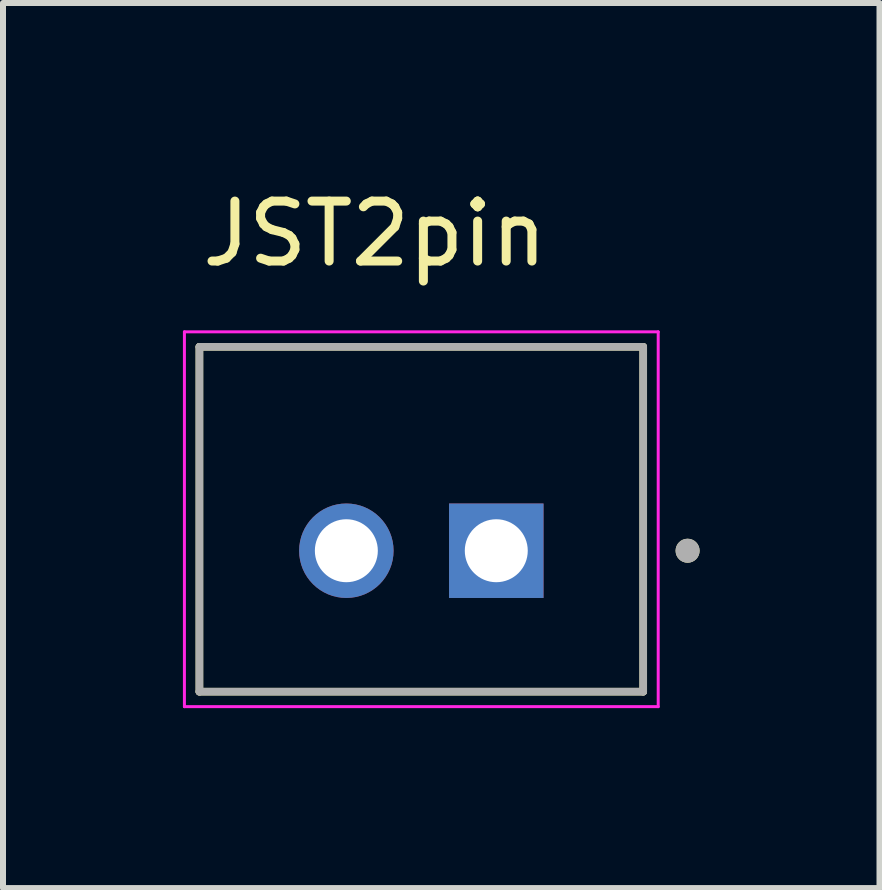
<source format=kicad_pcb>
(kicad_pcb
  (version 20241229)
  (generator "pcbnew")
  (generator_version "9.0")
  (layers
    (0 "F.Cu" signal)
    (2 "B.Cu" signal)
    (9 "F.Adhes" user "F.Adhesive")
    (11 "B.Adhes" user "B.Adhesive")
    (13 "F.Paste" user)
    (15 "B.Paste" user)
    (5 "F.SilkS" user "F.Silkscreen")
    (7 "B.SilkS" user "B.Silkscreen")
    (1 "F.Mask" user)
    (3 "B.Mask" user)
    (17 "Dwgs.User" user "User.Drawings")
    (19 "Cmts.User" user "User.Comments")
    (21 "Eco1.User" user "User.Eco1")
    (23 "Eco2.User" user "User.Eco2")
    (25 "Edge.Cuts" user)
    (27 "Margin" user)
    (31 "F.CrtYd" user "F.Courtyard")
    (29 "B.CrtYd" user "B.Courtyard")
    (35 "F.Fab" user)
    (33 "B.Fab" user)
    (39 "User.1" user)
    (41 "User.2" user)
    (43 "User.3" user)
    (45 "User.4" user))
  (footprint "JST2pin"
    (layer "F.Cu")
    (at 3.975 5.608)
    (property "Reference" "JST2pin" (at -0.775 -4.76 0) (layer "F.SilkS") (effects (font (size 1 1) (thickness 0.15))))
    (attr through_hole)
    (fp_line (start -3.7 -2.875) (end 3.7 -2.875) (stroke (width 0.127) (type solid)) (layer "F.SilkS"))
    (fp_line (start -3.7 2.875) (end -3.7 -2.875) (stroke (width 0.127) (type solid)) (layer "F.SilkS"))
    (fp_line (start 3.7 -2.875) (end 3.7 2.875) (stroke (width 0.127) (type solid)) (layer "F.SilkS"))
    (fp_line (start 3.7 2.875) (end -3.7 2.875) (stroke (width 0.127) (type solid)) (layer "F.SilkS"))
    (fp_circle (center 4.44 0.525) (end 4.54 0.525) (stroke (width 0.2) (type solid)) (fill no) (layer "F.SilkS"))
    (fp_line (start -3.95 -3.125) (end -3.95 3.125) (stroke (width 0.05) (type solid)) (layer "F.CrtYd"))
    (fp_line (start -3.95 3.125) (end 3.95 3.125) (stroke (width 0.05) (type solid)) (layer "F.CrtYd"))
    (fp_line (start 3.95 -3.125) (end -3.95 -3.125) (stroke (width 0.05) (type solid)) (layer "F.CrtYd"))
    (fp_line (start 3.95 3.125) (end 3.95 -3.125) (stroke (width 0.05) (type solid)) (layer "F.CrtYd"))
    (fp_line (start -3.7 -2.875) (end 3.7 -2.875) (stroke (width 0.127) (type solid)) (layer "F.Fab"))
    (fp_line (start -3.7 2.875) (end -3.7 -2.875) (stroke (width 0.127) (type solid)) (layer "F.Fab"))
    (fp_line (start 3.7 -2.875) (end 3.7 2.875) (stroke (width 0.127) (type solid)) (layer "F.Fab"))
    (fp_line (start 3.7 2.875) (end -3.7 2.875) (stroke (width 0.127) (type solid)) (layer "F.Fab"))
    (fp_circle (center 4.44 0.525) (end 4.54 0.525) (stroke (width 0.2) (type solid)) (fill no) (layer "F.Fab"))
    (pad "1" thru_hole rect (at 1.25 0.525) (size 1.575 1.575) (drill 1.05) (layers "*.Cu" "*.Mask"))
    (pad "2" thru_hole circle (at -1.25 0.525) (size 1.575 1.575) (drill 1.05) (layers "*.Cu" "*.Mask")))
  (gr_rect
    (start -3 -3)
    (end 11.615 11.758)
    (stroke (width 0.1) (type default))
    (fill no)
    (layer "Edge.Cuts")))
</source>
